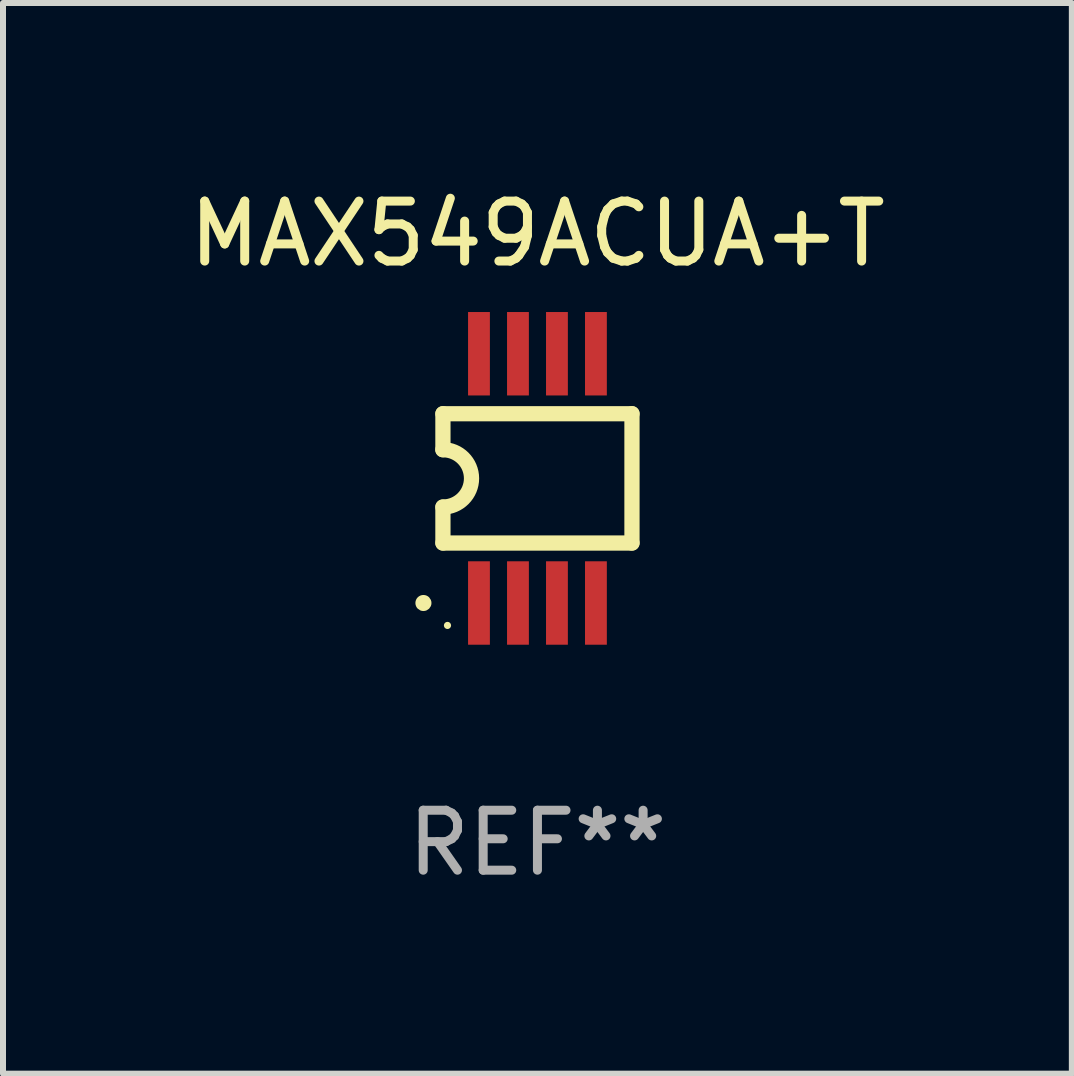
<source format=kicad_pcb>
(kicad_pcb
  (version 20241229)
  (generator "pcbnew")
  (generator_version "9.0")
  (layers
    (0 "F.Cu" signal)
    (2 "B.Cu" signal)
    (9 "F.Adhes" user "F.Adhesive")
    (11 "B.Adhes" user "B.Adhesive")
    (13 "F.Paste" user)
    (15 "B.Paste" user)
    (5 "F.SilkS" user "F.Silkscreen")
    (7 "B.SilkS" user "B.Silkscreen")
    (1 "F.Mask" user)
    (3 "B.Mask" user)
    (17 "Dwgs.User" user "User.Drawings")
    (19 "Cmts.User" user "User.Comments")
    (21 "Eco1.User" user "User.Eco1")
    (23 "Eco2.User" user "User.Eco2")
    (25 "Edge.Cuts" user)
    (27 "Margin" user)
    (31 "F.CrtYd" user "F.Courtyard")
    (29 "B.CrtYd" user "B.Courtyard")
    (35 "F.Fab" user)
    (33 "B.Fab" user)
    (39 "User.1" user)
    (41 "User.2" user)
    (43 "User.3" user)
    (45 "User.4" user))
  (footprint "MAX549ACUA+T"
    (layer "F.Cu")
    (at 5.911 4.926)
    (property "Reference" "MAX549ACUA+T" (at 0 -4.078 0) (layer "F.SilkS") (effects (font (size 1 1) (thickness 0.15))))
    (attr through_hole)
    (fp_line (start -1.576 -1.078) (end -1.576 -0.478) (stroke (width 0.254) (type solid)) (layer "F.SilkS"))
    (fp_line (start -1.576 -1.078) (end 1.576 -1.078) (stroke (width 0.254) (type solid)) (layer "F.SilkS"))
    (fp_line (start -1.576 1.078) (end -1.576 0.478) (stroke (width 0.254) (type solid)) (layer "F.SilkS"))
    (fp_line (start 1.576 -1.078) (end 1.576 1.078) (stroke (width 0.254) (type solid)) (layer "F.SilkS"))
    (fp_line (start 1.576 1.078) (end -1.576 1.078) (stroke (width 0.254) (type solid)) (layer "F.SilkS"))
    (fp_arc (start -1.577343 -0.47752) (mid -1.099721 -0.000481) (end -1.5762 0.477699) (stroke (width 0.254001) (type solid)) (layer "F.SilkS"))
    (fp_circle (center -1.901 2.078) (end -1.834 2.078) (stroke (width 0.134) (type solid)) (fill no) (layer "F.SilkS"))
    (fp_circle (center -1.5 2.452) (end -1.47 2.452) (stroke (width 0.06) (type solid)) (fill no) (layer "F.SilkS"))
    (fp_text user "REF**" (at 0 6.078 0) (layer "F.Fab") (effects (font (size 1 1) (thickness 0.15))))
    (pad "1" smd rect (at -0.975 2.078) (size 0.364 1.391) (layers "F.Cu" "F.Mask" "F.Paste"))
    (pad "2" smd rect (at -0.325 2.078) (size 0.364 1.391) (layers "F.Cu" "F.Mask" "F.Paste"))
    (pad "3" smd rect (at 0.325 2.078) (size 0.364 1.391) (layers "F.Cu" "F.Mask" "F.Paste"))
    (pad "4" smd rect (at 0.975 2.078) (size 0.364 1.391) (layers "F.Cu" "F.Mask" "F.Paste"))
    (pad "5" smd rect (at 0.975 -2.078) (size 0.364 1.391) (layers "F.Cu" "F.Mask" "F.Paste"))
    (pad "6" smd rect (at 0.325 -2.078) (size 0.364 1.391) (layers "F.Cu" "F.Mask" "F.Paste"))
    (pad "7" smd rect (at -0.325 -2.078) (size 0.364 1.391) (layers "F.Cu" "F.Mask" "F.Paste"))
    (pad "8" smd rect (at -0.975 -2.078) (size 0.364 1.391) (layers "F.Cu" "F.Mask" "F.Paste")))
  (gr_rect
    (start -3 -3)
    (end 14.821 14.852)
    (stroke (width 0.1) (type default))
    (fill no)
    (layer "Edge.Cuts")))
</source>
